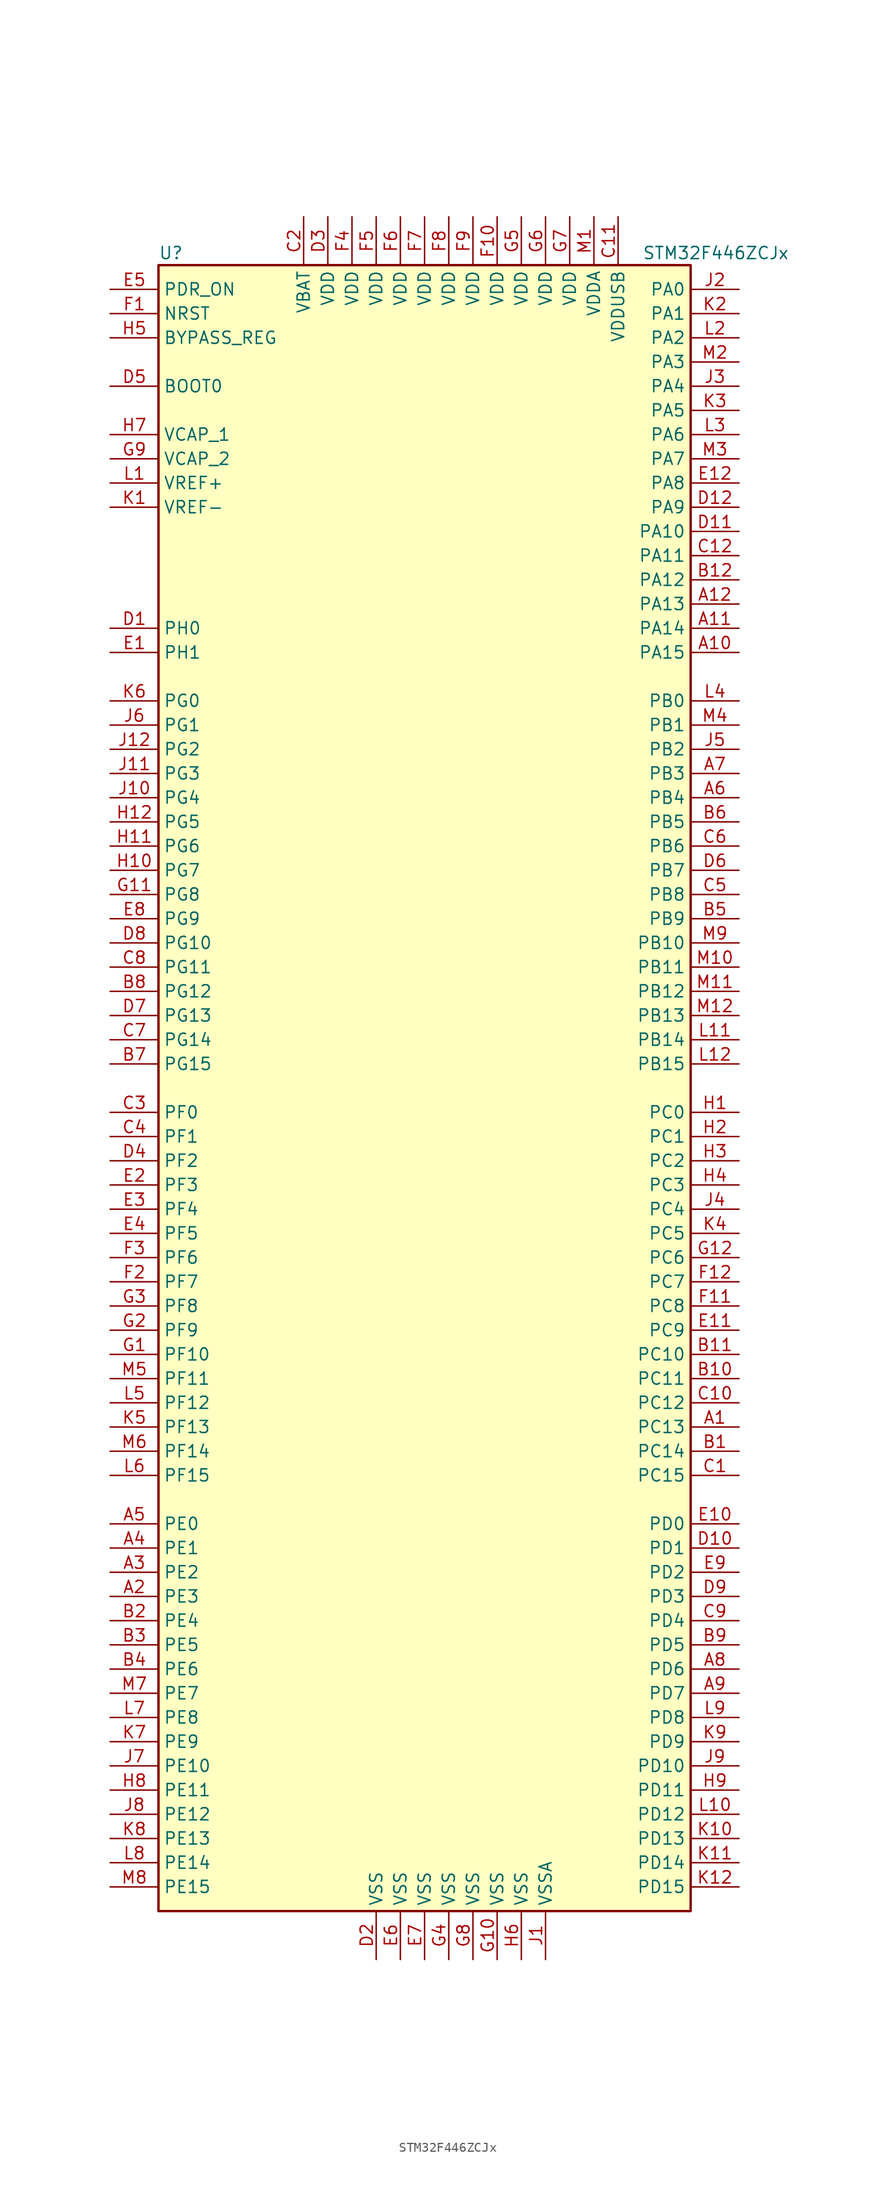
<source format=kicad_sym>
(kicad_symbol_lib
  (version 20201005)
  (generator kicad_symbol_editor)
  (symbol "MCU_ST_STM32F4:STM32F446ZCJx"
    (property "Reference" "U"
      (at -27.94 87.63 0)
      (effects (font (size 1.27 1.27)) (justify left)))
    (property "Value" "STM32F446ZCJx"
      (at 22.86 87.63 0)
      (effects (font (size 1.27 1.27)) (justify left)))
    (symbol "STM32F446ZCJx_0_1"
      (rectangle (start -27.94 -86.36) (end 27.94 86.36) (stroke (width 0.254)) (fill (type background))))
    (symbol "STM32F446ZCJx_1_1"
      (pin input line (at -33.02 73.66 0) (length 5.08) (name "BOOT0" (effects (font (size 1.27 1.27)))) (number "D5" (effects (font (size 1.27 1.27)))))
      (pin input line (at -33.02 78.74 0) (length 5.08) (name "BYPASS_REG" (effects (font (size 1.27 1.27)))) (number "H5" (effects (font (size 1.27 1.27)))))
      (pin input line (at -33.02 81.28 0) (length 5.08) (name "NRST" (effects (font (size 1.27 1.27)))) (number "F1" (effects (font (size 1.27 1.27)))))
      (pin bidirectional line (at 33.02 83.82 180) (length 5.08) (name "PA0" (effects (font (size 1.27 1.27)))) (number "J2" (effects (font (size 1.27 1.27)))))
      (pin bidirectional line (at 33.02 81.28 180) (length 5.08) (name "PA1" (effects (font (size 1.27 1.27)))) (number "K2" (effects (font (size 1.27 1.27)))))
      (pin bidirectional line (at 33.02 58.42 180) (length 5.08) (name "PA10" (effects (font (size 1.27 1.27)))) (number "D11" (effects (font (size 1.27 1.27)))))
      (pin bidirectional line (at 33.02 55.88 180) (length 5.08) (name "PA11" (effects (font (size 1.27 1.27)))) (number "C12" (effects (font (size 1.27 1.27)))))
      (pin bidirectional line (at 33.02 53.34 180) (length 5.08) (name "PA12" (effects (font (size 1.27 1.27)))) (number "B12" (effects (font (size 1.27 1.27)))))
      (pin bidirectional line (at 33.02 50.8 180) (length 5.08) (name "PA13" (effects (font (size 1.27 1.27)))) (number "A12" (effects (font (size 1.27 1.27)))))
      (pin bidirectional line (at 33.02 48.26 180) (length 5.08) (name "PA14" (effects (font (size 1.27 1.27)))) (number "A11" (effects (font (size 1.27 1.27)))))
      (pin bidirectional line (at 33.02 45.72 180) (length 5.08) (name "PA15" (effects (font (size 1.27 1.27)))) (number "A10" (effects (font (size 1.27 1.27)))))
      (pin bidirectional line (at 33.02 78.74 180) (length 5.08) (name "PA2" (effects (font (size 1.27 1.27)))) (number "L2" (effects (font (size 1.27 1.27)))))
      (pin bidirectional line (at 33.02 76.2 180) (length 5.08) (name "PA3" (effects (font (size 1.27 1.27)))) (number "M2" (effects (font (size 1.27 1.27)))))
      (pin bidirectional line (at 33.02 73.66 180) (length 5.08) (name "PA4" (effects (font (size 1.27 1.27)))) (number "J3" (effects (font (size 1.27 1.27)))))
      (pin bidirectional line (at 33.02 71.12 180) (length 5.08) (name "PA5" (effects (font (size 1.27 1.27)))) (number "K3" (effects (font (size 1.27 1.27)))))
      (pin bidirectional line (at 33.02 68.58 180) (length 5.08) (name "PA6" (effects (font (size 1.27 1.27)))) (number "L3" (effects (font (size 1.27 1.27)))))
      (pin bidirectional line (at 33.02 66.04 180) (length 5.08) (name "PA7" (effects (font (size 1.27 1.27)))) (number "M3" (effects (font (size 1.27 1.27)))))
      (pin bidirectional line (at 33.02 63.5 180) (length 5.08) (name "PA8" (effects (font (size 1.27 1.27)))) (number "E12" (effects (font (size 1.27 1.27)))))
      (pin bidirectional line (at 33.02 60.96 180) (length 5.08) (name "PA9" (effects (font (size 1.27 1.27)))) (number "D12" (effects (font (size 1.27 1.27)))))
      (pin bidirectional line (at 33.02 40.64 180) (length 5.08) (name "PB0" (effects (font (size 1.27 1.27)))) (number "L4" (effects (font (size 1.27 1.27)))))
      (pin bidirectional line (at 33.02 38.1 180) (length 5.08) (name "PB1" (effects (font (size 1.27 1.27)))) (number "M4" (effects (font (size 1.27 1.27)))))
      (pin bidirectional line (at 33.02 15.24 180) (length 5.08) (name "PB10" (effects (font (size 1.27 1.27)))) (number "M9" (effects (font (size 1.27 1.27)))))
      (pin bidirectional line (at 33.02 12.7 180) (length 5.08) (name "PB11" (effects (font (size 1.27 1.27)))) (number "M10" (effects (font (size 1.27 1.27)))))
      (pin bidirectional line (at 33.02 10.16 180) (length 5.08) (name "PB12" (effects (font (size 1.27 1.27)))) (number "M11" (effects (font (size 1.27 1.27)))))
      (pin bidirectional line (at 33.02 7.62 180) (length 5.08) (name "PB13" (effects (font (size 1.27 1.27)))) (number "M12" (effects (font (size 1.27 1.27)))))
      (pin bidirectional line (at 33.02 5.08 180) (length 5.08) (name "PB14" (effects (font (size 1.27 1.27)))) (number "L11" (effects (font (size 1.27 1.27)))))
      (pin bidirectional line (at 33.02 2.54 180) (length 5.08) (name "PB15" (effects (font (size 1.27 1.27)))) (number "L12" (effects (font (size 1.27 1.27)))))
      (pin bidirectional line (at 33.02 35.56 180) (length 5.08) (name "PB2" (effects (font (size 1.27 1.27)))) (number "J5" (effects (font (size 1.27 1.27)))))
      (pin bidirectional line (at 33.02 33.02 180) (length 5.08) (name "PB3" (effects (font (size 1.27 1.27)))) (number "A7" (effects (font (size 1.27 1.27)))))
      (pin bidirectional line (at 33.02 30.48 180) (length 5.08) (name "PB4" (effects (font (size 1.27 1.27)))) (number "A6" (effects (font (size 1.27 1.27)))))
      (pin bidirectional line (at 33.02 27.94 180) (length 5.08) (name "PB5" (effects (font (size 1.27 1.27)))) (number "B6" (effects (font (size 1.27 1.27)))))
      (pin bidirectional line (at 33.02 25.4 180) (length 5.08) (name "PB6" (effects (font (size 1.27 1.27)))) (number "C6" (effects (font (size 1.27 1.27)))))
      (pin bidirectional line (at 33.02 22.86 180) (length 5.08) (name "PB7" (effects (font (size 1.27 1.27)))) (number "D6" (effects (font (size 1.27 1.27)))))
      (pin bidirectional line (at 33.02 20.32 180) (length 5.08) (name "PB8" (effects (font (size 1.27 1.27)))) (number "C5" (effects (font (size 1.27 1.27)))))
      (pin bidirectional line (at 33.02 17.78 180) (length 5.08) (name "PB9" (effects (font (size 1.27 1.27)))) (number "B5" (effects (font (size 1.27 1.27)))))
      (pin bidirectional line (at 33.02 -2.54 180) (length 5.08) (name "PC0" (effects (font (size 1.27 1.27)))) (number "H1" (effects (font (size 1.27 1.27)))))
      (pin bidirectional line (at 33.02 -5.08 180) (length 5.08) (name "PC1" (effects (font (size 1.27 1.27)))) (number "H2" (effects (font (size 1.27 1.27)))))
      (pin bidirectional line (at 33.02 -27.94 180) (length 5.08) (name "PC10" (effects (font (size 1.27 1.27)))) (number "B11" (effects (font (size 1.27 1.27)))))
      (pin bidirectional line (at 33.02 -30.48 180) (length 5.08) (name "PC11" (effects (font (size 1.27 1.27)))) (number "B10" (effects (font (size 1.27 1.27)))))
      (pin bidirectional line (at 33.02 -33.02 180) (length 5.08) (name "PC12" (effects (font (size 1.27 1.27)))) (number "C10" (effects (font (size 1.27 1.27)))))
      (pin bidirectional line (at 33.02 -35.56 180) (length 5.08) (name "PC13" (effects (font (size 1.27 1.27)))) (number "A1" (effects (font (size 1.27 1.27)))))
      (pin bidirectional line (at 33.02 -38.1 180) (length 5.08) (name "PC14" (effects (font (size 1.27 1.27)))) (number "B1" (effects (font (size 1.27 1.27)))))
      (pin bidirectional line (at 33.02 -40.64 180) (length 5.08) (name "PC15" (effects (font (size 1.27 1.27)))) (number "C1" (effects (font (size 1.27 1.27)))))
      (pin bidirectional line (at 33.02 -7.62 180) (length 5.08) (name "PC2" (effects (font (size 1.27 1.27)))) (number "H3" (effects (font (size 1.27 1.27)))))
      (pin bidirectional line (at 33.02 -10.16 180) (length 5.08) (name "PC3" (effects (font (size 1.27 1.27)))) (number "H4" (effects (font (size 1.27 1.27)))))
      (pin bidirectional line (at 33.02 -12.7 180) (length 5.08) (name "PC4" (effects (font (size 1.27 1.27)))) (number "J4" (effects (font (size 1.27 1.27)))))
      (pin bidirectional line (at 33.02 -15.24 180) (length 5.08) (name "PC5" (effects (font (size 1.27 1.27)))) (number "K4" (effects (font (size 1.27 1.27)))))
      (pin bidirectional line (at 33.02 -17.78 180) (length 5.08) (name "PC6" (effects (font (size 1.27 1.27)))) (number "G12" (effects (font (size 1.27 1.27)))))
      (pin bidirectional line (at 33.02 -20.32 180) (length 5.08) (name "PC7" (effects (font (size 1.27 1.27)))) (number "F12" (effects (font (size 1.27 1.27)))))
      (pin bidirectional line (at 33.02 -22.86 180) (length 5.08) (name "PC8" (effects (font (size 1.27 1.27)))) (number "F11" (effects (font (size 1.27 1.27)))))
      (pin bidirectional line (at 33.02 -25.4 180) (length 5.08) (name "PC9" (effects (font (size 1.27 1.27)))) (number "E11" (effects (font (size 1.27 1.27)))))
      (pin bidirectional line (at 33.02 -45.72 180) (length 5.08) (name "PD0" (effects (font (size 1.27 1.27)))) (number "E10" (effects (font (size 1.27 1.27)))))
      (pin bidirectional line (at 33.02 -48.26 180) (length 5.08) (name "PD1" (effects (font (size 1.27 1.27)))) (number "D10" (effects (font (size 1.27 1.27)))))
      (pin bidirectional line (at 33.02 -71.12 180) (length 5.08) (name "PD10" (effects (font (size 1.27 1.27)))) (number "J9" (effects (font (size 1.27 1.27)))))
      (pin bidirectional line (at 33.02 -73.66 180) (length 5.08) (name "PD11" (effects (font (size 1.27 1.27)))) (number "H9" (effects (font (size 1.27 1.27)))))
      (pin bidirectional line (at 33.02 -76.2 180) (length 5.08) (name "PD12" (effects (font (size 1.27 1.27)))) (number "L10" (effects (font (size 1.27 1.27)))))
      (pin bidirectional line (at 33.02 -78.74 180) (length 5.08) (name "PD13" (effects (font (size 1.27 1.27)))) (number "K10" (effects (font (size 1.27 1.27)))))
      (pin bidirectional line (at 33.02 -81.28 180) (length 5.08) (name "PD14" (effects (font (size 1.27 1.27)))) (number "K11" (effects (font (size 1.27 1.27)))))
      (pin bidirectional line (at 33.02 -83.82 180) (length 5.08) (name "PD15" (effects (font (size 1.27 1.27)))) (number "K12" (effects (font (size 1.27 1.27)))))
      (pin bidirectional line (at 33.02 -50.8 180) (length 5.08) (name "PD2" (effects (font (size 1.27 1.27)))) (number "E9" (effects (font (size 1.27 1.27)))))
      (pin bidirectional line (at 33.02 -53.34 180) (length 5.08) (name "PD3" (effects (font (size 1.27 1.27)))) (number "D9" (effects (font (size 1.27 1.27)))))
      (pin bidirectional line (at 33.02 -55.88 180) (length 5.08) (name "PD4" (effects (font (size 1.27 1.27)))) (number "C9" (effects (font (size 1.27 1.27)))))
      (pin bidirectional line (at 33.02 -58.42 180) (length 5.08) (name "PD5" (effects (font (size 1.27 1.27)))) (number "B9" (effects (font (size 1.27 1.27)))))
      (pin bidirectional line (at 33.02 -60.96 180) (length 5.08) (name "PD6" (effects (font (size 1.27 1.27)))) (number "A8" (effects (font (size 1.27 1.27)))))
      (pin bidirectional line (at 33.02 -63.5 180) (length 5.08) (name "PD7" (effects (font (size 1.27 1.27)))) (number "A9" (effects (font (size 1.27 1.27)))))
      (pin bidirectional line (at 33.02 -66.04 180) (length 5.08) (name "PD8" (effects (font (size 1.27 1.27)))) (number "L9" (effects (font (size 1.27 1.27)))))
      (pin bidirectional line (at 33.02 -68.58 180) (length 5.08) (name "PD9" (effects (font (size 1.27 1.27)))) (number "K9" (effects (font (size 1.27 1.27)))))
      (pin input line (at -33.02 83.82 0) (length 5.08) (name "PDR_ON" (effects (font (size 1.27 1.27)))) (number "E5" (effects (font (size 1.27 1.27)))))
      (pin bidirectional line (at -33.02 -45.72 0) (length 5.08) (name "PE0" (effects (font (size 1.27 1.27)))) (number "A5" (effects (font (size 1.27 1.27)))))
      (pin bidirectional line (at -33.02 -48.26 0) (length 5.08) (name "PE1" (effects (font (size 1.27 1.27)))) (number "A4" (effects (font (size 1.27 1.27)))))
      (pin bidirectional line (at -33.02 -71.12 0) (length 5.08) (name "PE10" (effects (font (size 1.27 1.27)))) (number "J7" (effects (font (size 1.27 1.27)))))
      (pin bidirectional line (at -33.02 -73.66 0) (length 5.08) (name "PE11" (effects (font (size 1.27 1.27)))) (number "H8" (effects (font (size 1.27 1.27)))))
      (pin bidirectional line (at -33.02 -76.2 0) (length 5.08) (name "PE12" (effects (font (size 1.27 1.27)))) (number "J8" (effects (font (size 1.27 1.27)))))
      (pin bidirectional line (at -33.02 -78.74 0) (length 5.08) (name "PE13" (effects (font (size 1.27 1.27)))) (number "K8" (effects (font (size 1.27 1.27)))))
      (pin bidirectional line (at -33.02 -81.28 0) (length 5.08) (name "PE14" (effects (font (size 1.27 1.27)))) (number "L8" (effects (font (size 1.27 1.27)))))
      (pin bidirectional line (at -33.02 -83.82 0) (length 5.08) (name "PE15" (effects (font (size 1.27 1.27)))) (number "M8" (effects (font (size 1.27 1.27)))))
      (pin bidirectional line (at -33.02 -50.8 0) (length 5.08) (name "PE2" (effects (font (size 1.27 1.27)))) (number "A3" (effects (font (size 1.27 1.27)))))
      (pin bidirectional line (at -33.02 -53.34 0) (length 5.08) (name "PE3" (effects (font (size 1.27 1.27)))) (number "A2" (effects (font (size 1.27 1.27)))))
      (pin bidirectional line (at -33.02 -55.88 0) (length 5.08) (name "PE4" (effects (font (size 1.27 1.27)))) (number "B2" (effects (font (size 1.27 1.27)))))
      (pin bidirectional line (at -33.02 -58.42 0) (length 5.08) (name "PE5" (effects (font (size 1.27 1.27)))) (number "B3" (effects (font (size 1.27 1.27)))))
      (pin bidirectional line (at -33.02 -60.96 0) (length 5.08) (name "PE6" (effects (font (size 1.27 1.27)))) (number "B4" (effects (font (size 1.27 1.27)))))
      (pin bidirectional line (at -33.02 -63.5 0) (length 5.08) (name "PE7" (effects (font (size 1.27 1.27)))) (number "M7" (effects (font (size 1.27 1.27)))))
      (pin bidirectional line (at -33.02 -66.04 0) (length 5.08) (name "PE8" (effects (font (size 1.27 1.27)))) (number "L7" (effects (font (size 1.27 1.27)))))
      (pin bidirectional line (at -33.02 -68.58 0) (length 5.08) (name "PE9" (effects (font (size 1.27 1.27)))) (number "K7" (effects (font (size 1.27 1.27)))))
      (pin bidirectional line (at -33.02 -2.54 0) (length 5.08) (name "PF0" (effects (font (size 1.27 1.27)))) (number "C3" (effects (font (size 1.27 1.27)))))
      (pin bidirectional line (at -33.02 -5.08 0) (length 5.08) (name "PF1" (effects (font (size 1.27 1.27)))) (number "C4" (effects (font (size 1.27 1.27)))))
      (pin bidirectional line (at -33.02 -27.94 0) (length 5.08) (name "PF10" (effects (font (size 1.27 1.27)))) (number "G1" (effects (font (size 1.27 1.27)))))
      (pin bidirectional line (at -33.02 -30.48 0) (length 5.08) (name "PF11" (effects (font (size 1.27 1.27)))) (number "M5" (effects (font (size 1.27 1.27)))))
      (pin bidirectional line (at -33.02 -33.02 0) (length 5.08) (name "PF12" (effects (font (size 1.27 1.27)))) (number "L5" (effects (font (size 1.27 1.27)))))
      (pin bidirectional line (at -33.02 -35.56 0) (length 5.08) (name "PF13" (effects (font (size 1.27 1.27)))) (number "K5" (effects (font (size 1.27 1.27)))))
      (pin bidirectional line (at -33.02 -38.1 0) (length 5.08) (name "PF14" (effects (font (size 1.27 1.27)))) (number "M6" (effects (font (size 1.27 1.27)))))
      (pin bidirectional line (at -33.02 -40.64 0) (length 5.08) (name "PF15" (effects (font (size 1.27 1.27)))) (number "L6" (effects (font (size 1.27 1.27)))))
      (pin bidirectional line (at -33.02 -7.62 0) (length 5.08) (name "PF2" (effects (font (size 1.27 1.27)))) (number "D4" (effects (font (size 1.27 1.27)))))
      (pin bidirectional line (at -33.02 -10.16 0) (length 5.08) (name "PF3" (effects (font (size 1.27 1.27)))) (number "E2" (effects (font (size 1.27 1.27)))))
      (pin bidirectional line (at -33.02 -12.7 0) (length 5.08) (name "PF4" (effects (font (size 1.27 1.27)))) (number "E3" (effects (font (size 1.27 1.27)))))
      (pin bidirectional line (at -33.02 -15.24 0) (length 5.08) (name "PF5" (effects (font (size 1.27 1.27)))) (number "E4" (effects (font (size 1.27 1.27)))))
      (pin bidirectional line (at -33.02 -17.78 0) (length 5.08) (name "PF6" (effects (font (size 1.27 1.27)))) (number "F3" (effects (font (size 1.27 1.27)))))
      (pin bidirectional line (at -33.02 -20.32 0) (length 5.08) (name "PF7" (effects (font (size 1.27 1.27)))) (number "F2" (effects (font (size 1.27 1.27)))))
      (pin bidirectional line (at -33.02 -22.86 0) (length 5.08) (name "PF8" (effects (font (size 1.27 1.27)))) (number "G3" (effects (font (size 1.27 1.27)))))
      (pin bidirectional line (at -33.02 -25.4 0) (length 5.08) (name "PF9" (effects (font (size 1.27 1.27)))) (number "G2" (effects (font (size 1.27 1.27)))))
      (pin bidirectional line (at -33.02 40.64 0) (length 5.08) (name "PG0" (effects (font (size 1.27 1.27)))) (number "K6" (effects (font (size 1.27 1.27)))))
      (pin bidirectional line (at -33.02 38.1 0) (length 5.08) (name "PG1" (effects (font (size 1.27 1.27)))) (number "J6" (effects (font (size 1.27 1.27)))))
      (pin bidirectional line (at -33.02 15.24 0) (length 5.08) (name "PG10" (effects (font (size 1.27 1.27)))) (number "D8" (effects (font (size 1.27 1.27)))))
      (pin bidirectional line (at -33.02 12.7 0) (length 5.08) (name "PG11" (effects (font (size 1.27 1.27)))) (number "C8" (effects (font (size 1.27 1.27)))))
      (pin bidirectional line (at -33.02 10.16 0) (length 5.08) (name "PG12" (effects (font (size 1.27 1.27)))) (number "B8" (effects (font (size 1.27 1.27)))))
      (pin bidirectional line (at -33.02 7.62 0) (length 5.08) (name "PG13" (effects (font (size 1.27 1.27)))) (number "D7" (effects (font (size 1.27 1.27)))))
      (pin bidirectional line (at -33.02 5.08 0) (length 5.08) (name "PG14" (effects (font (size 1.27 1.27)))) (number "C7" (effects (font (size 1.27 1.27)))))
      (pin bidirectional line (at -33.02 2.54 0) (length 5.08) (name "PG15" (effects (font (size 1.27 1.27)))) (number "B7" (effects (font (size 1.27 1.27)))))
      (pin bidirectional line (at -33.02 35.56 0) (length 5.08) (name "PG2" (effects (font (size 1.27 1.27)))) (number "J12" (effects (font (size 1.27 1.27)))))
      (pin bidirectional line (at -33.02 33.02 0) (length 5.08) (name "PG3" (effects (font (size 1.27 1.27)))) (number "J11" (effects (font (size 1.27 1.27)))))
      (pin bidirectional line (at -33.02 30.48 0) (length 5.08) (name "PG4" (effects (font (size 1.27 1.27)))) (number "J10" (effects (font (size 1.27 1.27)))))
      (pin bidirectional line (at -33.02 27.94 0) (length 5.08) (name "PG5" (effects (font (size 1.27 1.27)))) (number "H12" (effects (font (size 1.27 1.27)))))
      (pin bidirectional line (at -33.02 25.4 0) (length 5.08) (name "PG6" (effects (font (size 1.27 1.27)))) (number "H11" (effects (font (size 1.27 1.27)))))
      (pin bidirectional line (at -33.02 22.86 0) (length 5.08) (name "PG7" (effects (font (size 1.27 1.27)))) (number "H10" (effects (font (size 1.27 1.27)))))
      (pin bidirectional line (at -33.02 20.32 0) (length 5.08) (name "PG8" (effects (font (size 1.27 1.27)))) (number "G11" (effects (font (size 1.27 1.27)))))
      (pin bidirectional line (at -33.02 17.78 0) (length 5.08) (name "PG9" (effects (font (size 1.27 1.27)))) (number "E8" (effects (font (size 1.27 1.27)))))
      (pin input line (at -33.02 48.26 0) (length 5.08) (name "PH0" (effects (font (size 1.27 1.27)))) (number "D1" (effects (font (size 1.27 1.27)))))
      (pin input line (at -33.02 45.72 0) (length 5.08) (name "PH1" (effects (font (size 1.27 1.27)))) (number "E1" (effects (font (size 1.27 1.27)))))
      (pin power_in line (at -12.7 91.44 270) (length 5.08) (name "VBAT" (effects (font (size 1.27 1.27)))) (number "C2" (effects (font (size 1.27 1.27)))))
      (pin power_in line (at -33.02 68.58 0) (length 5.08) (name "VCAP_1" (effects (font (size 1.27 1.27)))) (number "H7" (effects (font (size 1.27 1.27)))))
      (pin power_in line (at -33.02 66.04 0) (length 5.08) (name "VCAP_2" (effects (font (size 1.27 1.27)))) (number "G9" (effects (font (size 1.27 1.27)))))
      (pin power_in line (at -10.16 91.44 270) (length 5.08) (name "VDD" (effects (font (size 1.27 1.27)))) (number "D3" (effects (font (size 1.27 1.27)))))
      (pin power_in line (at 7.62 91.44 270) (length 5.08) (name "VDD" (effects (font (size 1.27 1.27)))) (number "F10" (effects (font (size 1.27 1.27)))))
      (pin power_in line (at -7.62 91.44 270) (length 5.08) (name "VDD" (effects (font (size 1.27 1.27)))) (number "F4" (effects (font (size 1.27 1.27)))))
      (pin power_in line (at -5.08 91.44 270) (length 5.08) (name "VDD" (effects (font (size 1.27 1.27)))) (number "F5" (effects (font (size 1.27 1.27)))))
      (pin power_in line (at -2.54 91.44 270) (length 5.08) (name "VDD" (effects (font (size 1.27 1.27)))) (number "F6" (effects (font (size 1.27 1.27)))))
      (pin power_in line (at 0 91.44 270) (length 5.08) (name "VDD" (effects (font (size 1.27 1.27)))) (number "F7" (effects (font (size 1.27 1.27)))))
      (pin power_in line (at 2.54 91.44 270) (length 5.08) (name "VDD" (effects (font (size 1.27 1.27)))) (number "F8" (effects (font (size 1.27 1.27)))))
      (pin power_in line (at 5.08 91.44 270) (length 5.08) (name "VDD" (effects (font (size 1.27 1.27)))) (number "F9" (effects (font (size 1.27 1.27)))))
      (pin power_in line (at 10.16 91.44 270) (length 5.08) (name "VDD" (effects (font (size 1.27 1.27)))) (number "G5" (effects (font (size 1.27 1.27)))))
      (pin power_in line (at 12.7 91.44 270) (length 5.08) (name "VDD" (effects (font (size 1.27 1.27)))) (number "G6" (effects (font (size 1.27 1.27)))))
      (pin power_in line (at 15.24 91.44 270) (length 5.08) (name "VDD" (effects (font (size 1.27 1.27)))) (number "G7" (effects (font (size 1.27 1.27)))))
      (pin power_in line (at 17.78 91.44 270) (length 5.08) (name "VDDA" (effects (font (size 1.27 1.27)))) (number "M1" (effects (font (size 1.27 1.27)))))
      (pin power_in line (at 20.32 91.44 270) (length 5.08) (name "VDDUSB" (effects (font (size 1.27 1.27)))) (number "C11" (effects (font (size 1.27 1.27)))))
      (pin power_in line (at -33.02 63.5 0) (length 5.08) (name "VREF+" (effects (font (size 1.27 1.27)))) (number "L1" (effects (font (size 1.27 1.27)))))
      (pin power_in line (at -33.02 60.96 0) (length 5.08) (name "VREF-" (effects (font (size 1.27 1.27)))) (number "K1" (effects (font (size 1.27 1.27)))))
      (pin power_in line (at -5.08 -91.44 90) (length 5.08) (name "VSS" (effects (font (size 1.27 1.27)))) (number "D2" (effects (font (size 1.27 1.27)))))
      (pin power_in line (at -2.54 -91.44 90) (length 5.08) (name "VSS" (effects (font (size 1.27 1.27)))) (number "E6" (effects (font (size 1.27 1.27)))))
      (pin power_in line (at 0 -91.44 90) (length 5.08) (name "VSS" (effects (font (size 1.27 1.27)))) (number "E7" (effects (font (size 1.27 1.27)))))
      (pin power_in line (at 7.62 -91.44 90) (length 5.08) (name "VSS" (effects (font (size 1.27 1.27)))) (number "G10" (effects (font (size 1.27 1.27)))))
      (pin power_in line (at 2.54 -91.44 90) (length 5.08) (name "VSS" (effects (font (size 1.27 1.27)))) (number "G4" (effects (font (size 1.27 1.27)))))
      (pin power_in line (at 5.08 -91.44 90) (length 5.08) (name "VSS" (effects (font (size 1.27 1.27)))) (number "G8" (effects (font (size 1.27 1.27)))))
      (pin power_in line (at 10.16 -91.44 90) (length 5.08) (name "VSS" (effects (font (size 1.27 1.27)))) (number "H6" (effects (font (size 1.27 1.27)))))
      (pin power_in line (at 12.7 -91.44 90) (length 5.08) (name "VSSA" (effects (font (size 1.27 1.27)))) (number "J1" (effects (font (size 1.27 1.27))))))))
</source>
